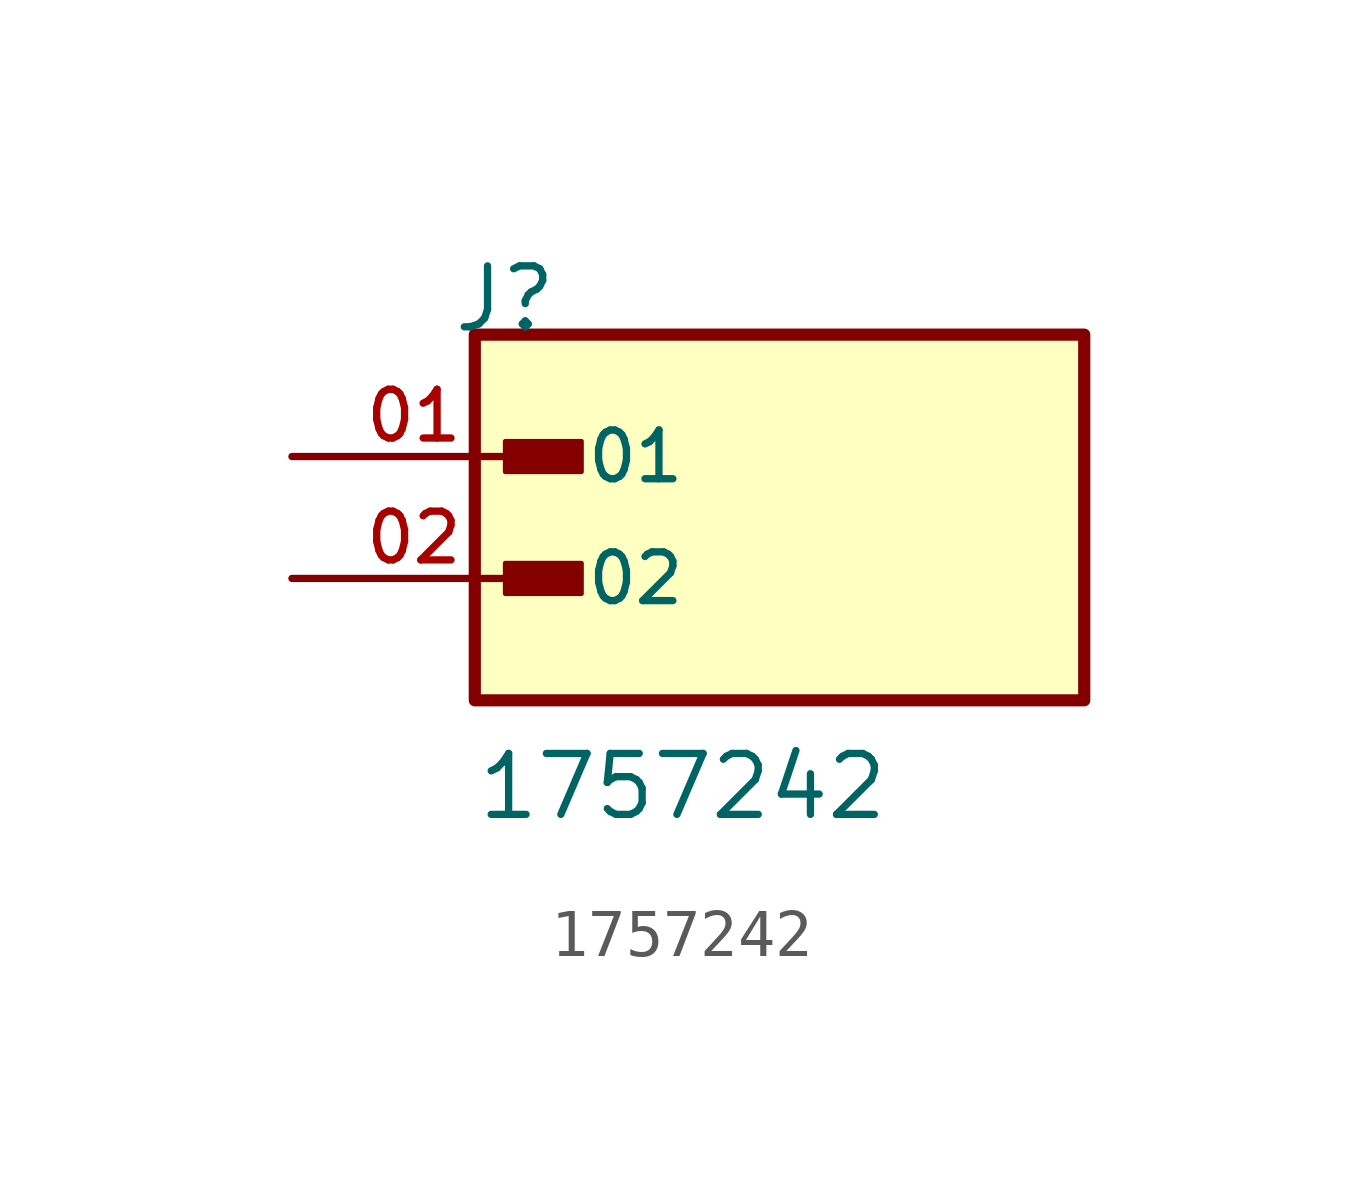
<source format=kicad_sym>
(kicad_symbol_lib
  (version 20211014)
  (generator kicad_symbol_editor)
  (symbol "1757242"
    (pin_names
      (offset 1.016))
    (property "Reference" "J"
      (at -6.85 5.08 0)
      (effects (font (size 1.27 1.27)) (justify bottom left)))
    (property "Value" "1757242"
      (at -6.35 -5.08 0)
      (effects (font (size 1.27 1.27)) (justify bottom left)))
    (symbol "1757242_0_0"
      (rectangle (start -5.715 2.223) (end -4.128 2.857) (stroke (width 0.1)) (fill (type outline)))
      (rectangle (start -5.715 -0.318) (end -4.128 0.318) (stroke (width 0.1)) (fill (type outline)))
      (rectangle (start -6.35 -2.54) (end 6.35 5.08) (stroke (width 0.254)) (fill (type background)))
      (pin passive line (at -10.16 2.54 0) (length 5.08) (name "01" (effects (font (size 1.016 1.016)))) (number "01" (effects (font (size 1.016 1.016)))))
      (pin passive line (at -10.16 0.0 0) (length 5.08) (name "02" (effects (font (size 1.016 1.016)))) (number "02" (effects (font (size 1.016 1.016))))))))
</source>
